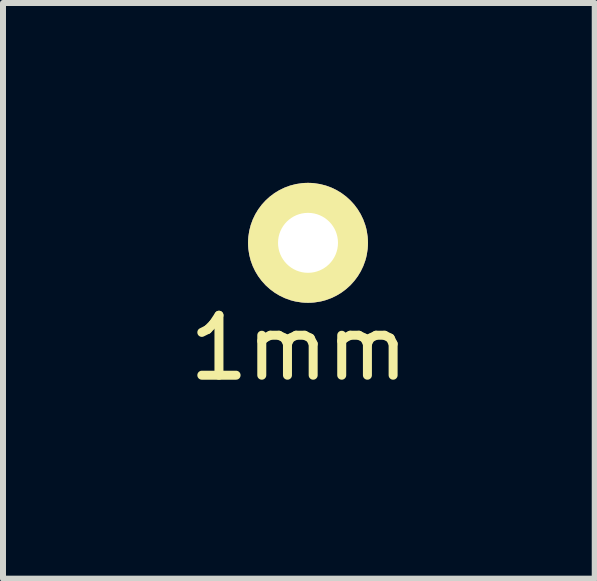
<source format=kicad_pcb>
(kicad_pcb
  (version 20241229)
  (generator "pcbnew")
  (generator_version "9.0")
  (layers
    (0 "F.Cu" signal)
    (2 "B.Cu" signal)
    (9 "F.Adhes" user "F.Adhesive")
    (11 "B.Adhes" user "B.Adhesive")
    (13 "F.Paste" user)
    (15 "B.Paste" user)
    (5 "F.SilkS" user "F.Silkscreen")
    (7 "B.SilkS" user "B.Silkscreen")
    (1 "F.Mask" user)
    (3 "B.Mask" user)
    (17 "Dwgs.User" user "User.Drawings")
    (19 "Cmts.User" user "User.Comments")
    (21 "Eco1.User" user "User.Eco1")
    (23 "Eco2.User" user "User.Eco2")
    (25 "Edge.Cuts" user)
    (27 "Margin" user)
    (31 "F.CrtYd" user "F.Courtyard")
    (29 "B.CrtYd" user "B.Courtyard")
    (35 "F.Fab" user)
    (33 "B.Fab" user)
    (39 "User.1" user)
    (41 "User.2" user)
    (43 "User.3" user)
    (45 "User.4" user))
  (footprint "1mm"
    (layer "F.Cu")
    (at 2.087 1)
    (property "Reference" "1mm" (at -0.152 1.753 0) (layer "F.SilkS") (effects (font (size 1 1) (thickness 0.15))))
    (attr through_hole)
    (pad "1" thru_hole circle (at 0 0) (size 2 2) (drill 1) (layers "*.Cu" "*.Mask" "F.SilkS")))
  (gr_rect
    (start -3 -3)
    (end 6.869 6.601)
    (stroke (width 0.1) (type default))
    (fill no)
    (layer "Edge.Cuts")))
</source>
